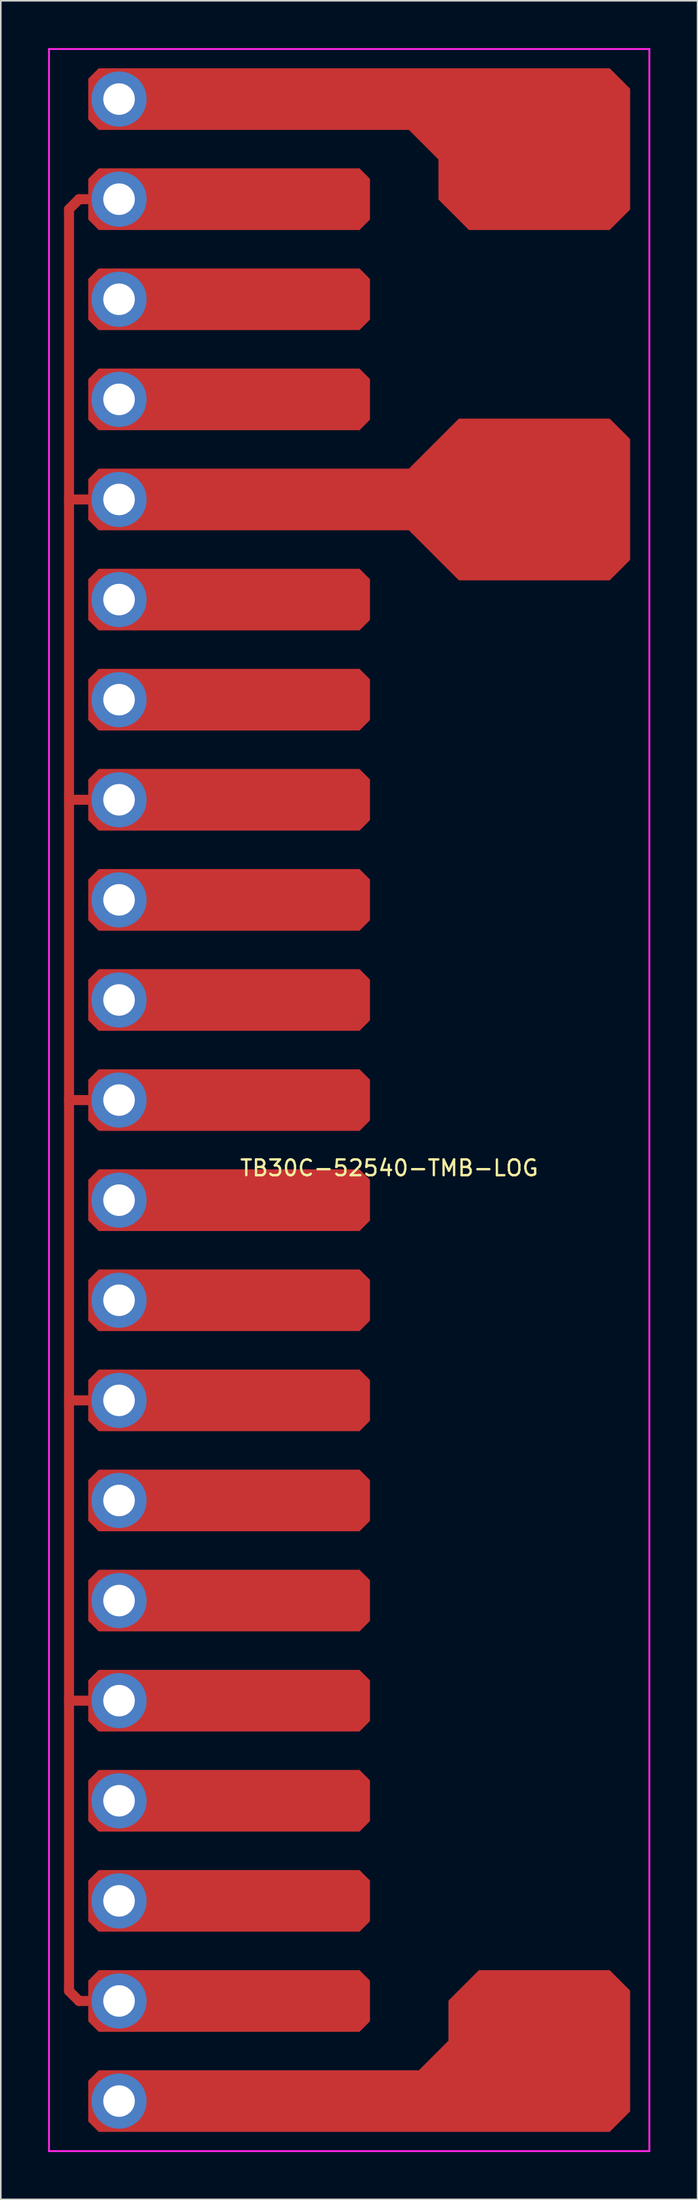
<source format=kicad_pcb>
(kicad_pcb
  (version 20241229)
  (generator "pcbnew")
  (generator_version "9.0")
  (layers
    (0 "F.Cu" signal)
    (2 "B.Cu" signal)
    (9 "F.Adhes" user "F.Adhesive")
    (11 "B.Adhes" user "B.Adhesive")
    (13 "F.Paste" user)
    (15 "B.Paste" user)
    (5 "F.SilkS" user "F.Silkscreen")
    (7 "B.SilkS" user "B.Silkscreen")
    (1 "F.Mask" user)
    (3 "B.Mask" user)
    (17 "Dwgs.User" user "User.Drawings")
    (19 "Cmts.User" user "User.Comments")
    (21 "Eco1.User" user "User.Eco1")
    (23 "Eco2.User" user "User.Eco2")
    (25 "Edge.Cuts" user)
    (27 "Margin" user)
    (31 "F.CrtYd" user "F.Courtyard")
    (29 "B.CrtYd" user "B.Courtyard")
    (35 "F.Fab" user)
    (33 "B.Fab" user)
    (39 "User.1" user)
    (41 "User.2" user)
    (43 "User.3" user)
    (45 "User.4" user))
  (footprint "TB30C-52540-TMB-LOG"
    (layer "F.Cu")
    (at 15.3 86.42)
    (property "Reference" "TB30C-52540-TMB-LOG" (at 6.35 -15.375 0) (layer "F.SilkS") (effects (font (size 1 1) (thickness 0.15))))
    (attr through_hole)
    (fp_line (start -13.97 -76.2) (end -13.97 36.83) (stroke (width 0.635) (type solid)) (layer "F.Cu"))
    (fp_line (start -13.97 -76.2) (end -13.335 -76.835) (stroke (width 0.635) (type solid)) (layer "F.Cu"))
    (fp_line (start -13.97 -57.785) (end -12.065 -57.785) (stroke (width 0.635) (type solid)) (layer "F.Cu"))
    (fp_line (start -13.97 -38.735) (end -12.065 -38.735) (stroke (width 0.635) (type solid)) (layer "F.Cu"))
    (fp_line (start -13.97 -19.685) (end -12.065 -19.685) (stroke (width 0.635) (type solid)) (layer "F.Cu"))
    (fp_line (start -13.97 -0.635) (end -12.065 -0.635) (stroke (width 0.635) (type solid)) (layer "F.Cu"))
    (fp_line (start -13.97 18.415) (end -12.065 18.415) (stroke (width 0.635) (type solid)) (layer "F.Cu"))
    (fp_line (start -13.97 36.83) (end -13.335 37.465) (stroke (width 0.635) (type solid)) (layer "F.Cu"))
    (fp_line (start -13.335 -76.835) (end -12.065 -76.835) (stroke (width 0.635) (type solid)) (layer "F.Cu"))
    (fp_line (start -13.335 37.465) (end -12.065 37.465) (stroke (width 0.635) (type solid)) (layer "F.Cu"))
    (fp_poly (pts (xy 5.08 -78.105) (xy 5.08 -75.565) (xy 4.445 -74.93) (xy -12.065 -74.93) (xy -12.7 -75.565) (xy -12.7 -78.105) (xy -12.065 -78.74) (xy 4.445 -78.74)) (stroke (width 0.1) (type solid)) (fill yes) (layer "F.Cu"))
    (fp_poly (pts (xy 5.08 -71.755) (xy 5.08 -69.215) (xy 4.445 -68.58) (xy -12.065 -68.58) (xy -12.7 -69.215) (xy -12.7 -71.755) (xy -12.065 -72.39) (xy 4.445 -72.39)) (stroke (width 0.1) (type solid)) (fill yes) (layer "F.Cu"))
    (fp_poly (pts (xy 5.08 -65.405) (xy 5.08 -62.865) (xy 4.445 -62.23) (xy -12.065 -62.23) (xy -12.7 -62.865) (xy -12.7 -65.405) (xy -12.065 -66.04) (xy 4.445 -66.04)) (stroke (width 0.1) (type solid)) (fill yes) (layer "F.Cu"))
    (fp_poly (pts (xy 5.08 -52.705) (xy 5.08 -50.165) (xy 4.445 -49.53) (xy -12.065 -49.53) (xy -12.7 -50.165) (xy -12.7 -52.705) (xy -12.065 -53.34) (xy 4.445 -53.34)) (stroke (width 0.1) (type solid)) (fill yes) (layer "F.Cu"))
    (fp_poly (pts (xy 5.08 -46.355) (xy 5.08 -43.815) (xy 4.445 -43.18) (xy -12.065 -43.18) (xy -12.7 -43.815) (xy -12.7 -46.355) (xy -12.065 -46.99) (xy 4.445 -46.99)) (stroke (width 0.1) (type solid)) (fill yes) (layer "F.Cu"))
    (fp_poly (pts (xy 5.08 -40.005) (xy 5.08 -37.465) (xy 4.445 -36.83) (xy -12.065 -36.83) (xy -12.7 -37.465) (xy -12.7 -40.005) (xy -12.065 -40.64) (xy 4.445 -40.64)) (stroke (width 0.1) (type solid)) (fill yes) (layer "F.Cu"))
    (fp_poly (pts (xy 5.08 -33.655) (xy 5.08 -31.115) (xy 4.445 -30.48) (xy -12.065 -30.48) (xy -12.7 -31.115) (xy -12.7 -33.655) (xy -12.065 -34.29) (xy 4.445 -34.29)) (stroke (width 0.1) (type solid)) (fill yes) (layer "F.Cu"))
    (fp_poly (pts (xy 5.08 -27.305) (xy 5.08 -24.765) (xy 4.445 -24.13) (xy -12.065 -24.13) (xy -12.7 -24.765) (xy -12.7 -27.305) (xy -12.065 -27.94) (xy 4.445 -27.94)) (stroke (width 0.1) (type solid)) (fill yes) (layer "F.Cu"))
    (fp_poly (pts (xy 5.08 -20.955) (xy 5.08 -18.415) (xy 4.445 -17.78) (xy -12.065 -17.78) (xy -12.7 -18.415) (xy -12.7 -20.955) (xy -12.065 -21.59) (xy 4.445 -21.59)) (stroke (width 0.1) (type solid)) (fill yes) (layer "F.Cu"))
    (fp_poly (pts (xy 5.08 -14.605) (xy 5.08 -12.065) (xy 4.445 -11.43) (xy -12.065 -11.43) (xy -12.7 -12.065) (xy -12.7 -14.605) (xy -12.065 -15.24) (xy 4.445 -15.24)) (stroke (width 0.1) (type solid)) (fill yes) (layer "F.Cu"))
    (fp_poly (pts (xy 5.08 -8.255) (xy 5.08 -5.715) (xy 4.445 -5.08) (xy -12.065 -5.08) (xy -12.7 -5.715) (xy -12.7 -8.255) (xy -12.065 -8.89) (xy 4.445 -8.89)) (stroke (width 0.1) (type solid)) (fill yes) (layer "F.Cu"))
    (fp_poly (pts (xy 5.08 -1.905) (xy 5.08 0.635) (xy 4.445 1.27) (xy -12.065 1.27) (xy -12.7 0.635) (xy -12.7 -1.905) (xy -12.065 -2.54) (xy 4.445 -2.54)) (stroke (width 0.1) (type solid)) (fill yes) (layer "F.Cu"))
    (fp_poly (pts (xy 5.08 4.445) (xy 5.08 6.985) (xy 4.445 7.62) (xy -12.065 7.62) (xy -12.7 6.985) (xy -12.7 4.445) (xy -12.065 3.81) (xy 4.445 3.81)) (stroke (width 0.1) (type solid)) (fill yes) (layer "F.Cu"))
    (fp_poly (pts (xy 5.08 10.795) (xy 5.08 13.335) (xy 4.445 13.97) (xy -12.065 13.97) (xy -12.7 13.335) (xy -12.7 10.795) (xy -12.065 10.16) (xy 4.445 10.16)) (stroke (width 0.1) (type solid)) (fill yes) (layer "F.Cu"))
    (fp_poly (pts (xy 5.08 17.145) (xy 5.08 19.685) (xy 4.445 20.32) (xy -12.065 20.32) (xy -12.7 19.685) (xy -12.7 17.145) (xy -12.065 16.51) (xy 4.445 16.51)) (stroke (width 0.1) (type solid)) (fill yes) (layer "F.Cu"))
    (fp_poly (pts (xy 5.08 23.495) (xy 5.08 26.035) (xy 4.445 26.67) (xy -12.065 26.67) (xy -12.7 26.035) (xy -12.7 23.495) (xy -12.065 22.86) (xy 4.445 22.86)) (stroke (width 0.1) (type solid)) (fill yes) (layer "F.Cu"))
    (fp_poly (pts (xy 5.08 29.845) (xy 5.08 32.385) (xy 4.445 33.02) (xy -12.065 33.02) (xy -12.7 32.385) (xy -12.7 29.845) (xy -12.065 29.21) (xy 4.445 29.21)) (stroke (width 0.1) (type solid)) (fill yes) (layer "F.Cu"))
    (fp_poly (pts (xy 5.08 36.195) (xy 5.08 38.735) (xy 4.445 39.37) (xy -12.065 39.37) (xy -12.7 38.735) (xy -12.7 36.195) (xy -12.065 35.56) (xy 4.445 35.56)) (stroke (width 0.1) (type solid)) (fill yes) (layer "F.Cu"))
    (fp_poly (pts (xy 21.59 -83.82) (xy 21.59 -76.2) (xy 20.32 -74.93) (xy 11.43 -74.93) (xy 9.525 -76.835) (xy 9.525 -79.375) (xy 7.62 -81.28) (xy -12.065 -81.28) (xy -12.7 -81.915) (xy -12.7 -84.455) (xy -12.065 -85.09) (xy 20.32 -85.09)) (stroke (width 0.1) (type solid)) (fill yes) (layer "F.Cu"))
    (fp_poly (pts (xy 21.59 -61.595) (xy 21.59 -53.975) (xy 20.32 -52.705) (xy 10.795 -52.705) (xy 7.62 -55.88) (xy -12.065 -55.88) (xy -12.7 -56.515) (xy -12.7 -59.055) (xy -12.065 -59.69) (xy 7.62 -59.69) (xy 10.795 -62.865) (xy 20.32 -62.865)) (stroke (width 0.1) (type solid)) (fill yes) (layer "F.Cu"))
    (fp_poly (pts (xy 21.59 36.83) (xy 21.59 44.45) (xy 20.32 45.72) (xy -12.065 45.72) (xy -12.7 45.085) (xy -12.7 42.545) (xy -12.065 41.91) (xy 8.255 41.91) (xy 10.16 40.005) (xy 10.16 37.465) (xy 12.065 35.56) (xy 20.32 35.56)) (stroke (width 0.1) (type solid)) (fill yes) (layer "F.Cu"))
    (fp_poly (pts (xy 4.889 -78.041) (xy 4.889 -75.629) (xy 4.381 -75.121) (xy -12.002 -75.121) (xy -12.509 -75.629) (xy -12.509 -78.041) (xy -12.002 -78.549) (xy 4.381 -78.549)) (stroke (width 0.1) (type solid)) (fill yes) (layer "F.Mask"))
    (fp_poly (pts (xy 4.889 -71.692) (xy 4.889 -69.278) (xy 4.381 -68.77) (xy -12.002 -68.77) (xy -12.509 -69.278) (xy -12.509 -71.692) (xy -12.002 -72.2) (xy 4.381 -72.2)) (stroke (width 0.1) (type solid)) (fill yes) (layer "F.Mask"))
    (fp_poly (pts (xy 4.889 -65.341) (xy 4.889 -62.928) (xy 4.381 -62.42) (xy -12.002 -62.42) (xy -12.509 -62.928) (xy -12.509 -65.341) (xy -12.002 -65.85) (xy 4.381 -65.85)) (stroke (width 0.1) (type solid)) (fill yes) (layer "F.Mask"))
    (fp_poly (pts (xy 4.889 -52.642) (xy 4.889 -50.228) (xy 4.381 -49.721) (xy -12.002 -49.721) (xy -12.509 -50.228) (xy -12.509 -52.642) (xy -12.002 -53.15) (xy 4.381 -53.15)) (stroke (width 0.1) (type solid)) (fill yes) (layer "F.Mask"))
    (fp_poly (pts (xy 4.889 -46.291) (xy 4.889 -43.879) (xy 4.381 -43.37) (xy -12.002 -43.37) (xy -12.509 -43.879) (xy -12.509 -46.291) (xy -12.002 -46.8) (xy 4.381 -46.8)) (stroke (width 0.1) (type solid)) (fill yes) (layer "F.Mask"))
    (fp_poly (pts (xy 4.889 -39.941) (xy 4.889 -37.529) (xy 4.381 -37.02) (xy -12.002 -37.02) (xy -12.509 -37.529) (xy -12.509 -39.941) (xy -12.002 -40.45) (xy 4.381 -40.45)) (stroke (width 0.1) (type solid)) (fill yes) (layer "F.Mask"))
    (fp_poly (pts (xy 4.889 -33.592) (xy 4.889 -31.178) (xy 4.381 -30.671) (xy -12.002 -30.671) (xy -12.509 -31.178) (xy -12.509 -33.592) (xy -12.002 -34.099) (xy 4.381 -34.099)) (stroke (width 0.1) (type solid)) (fill yes) (layer "F.Mask"))
    (fp_poly (pts (xy 4.889 -27.241) (xy 4.889 -24.828) (xy 4.381 -24.32) (xy -12.002 -24.32) (xy -12.509 -24.828) (xy -12.509 -27.241) (xy -12.002 -27.75) (xy 4.381 -27.75)) (stroke (width 0.1) (type solid)) (fill yes) (layer "F.Mask"))
    (fp_poly (pts (xy 4.889 -20.892) (xy 4.889 -18.479) (xy 4.381 -17.971) (xy -12.002 -17.971) (xy -12.509 -18.479) (xy -12.509 -20.892) (xy -12.002 -21.399) (xy 4.381 -21.399)) (stroke (width 0.1) (type solid)) (fill yes) (layer "F.Mask"))
    (fp_poly (pts (xy 4.889 -14.541) (xy 4.889 -12.129) (xy 4.381 -11.62) (xy -12.002 -11.62) (xy -12.509 -12.129) (xy -12.509 -14.541) (xy -12.002 -15.05) (xy 4.381 -15.05)) (stroke (width 0.1) (type solid)) (fill yes) (layer "F.Mask"))
    (fp_poly (pts (xy 4.889 -8.191) (xy 4.889 -5.779) (xy 4.381 -5.271) (xy -12.002 -5.271) (xy -12.509 -5.779) (xy -12.509 -8.191) (xy -12.002 -8.7) (xy 4.381 -8.7)) (stroke (width 0.1) (type solid)) (fill yes) (layer "F.Mask"))
    (fp_poly (pts (xy 4.889 -1.841) (xy 4.889 0.572) (xy 4.381 1.079) (xy -12.002 1.079) (xy -12.509 0.572) (xy -12.509 -1.841) (xy -12.002 -2.349) (xy 4.381 -2.349)) (stroke (width 0.1) (type solid)) (fill yes) (layer "F.Mask"))
    (fp_poly (pts (xy 4.889 4.508) (xy 4.889 6.921) (xy 4.381 7.429) (xy -12.002 7.429) (xy -12.509 6.921) (xy -12.509 4.508) (xy -12.002 4) (xy 4.381 4)) (stroke (width 0.1) (type solid)) (fill yes) (layer "F.Mask"))
    (fp_poly (pts (xy 4.889 10.858) (xy 4.889 13.271) (xy 4.381 13.78) (xy -12.002 13.78) (xy -12.509 13.271) (xy -12.509 10.858) (xy -12.002 10.351) (xy 4.381 10.351)) (stroke (width 0.1) (type solid)) (fill yes) (layer "F.Mask"))
    (fp_poly (pts (xy 4.889 17.209) (xy 4.889 19.622) (xy 4.381 20.13) (xy -12.002 20.13) (xy -12.509 19.622) (xy -12.509 17.209) (xy -12.002 16.701) (xy 4.381 16.701)) (stroke (width 0.1) (type solid)) (fill yes) (layer "F.Mask"))
    (fp_poly (pts (xy 4.889 23.558) (xy 4.889 25.971) (xy 4.381 26.48) (xy -12.002 26.48) (xy -12.509 25.971) (xy -12.509 23.558) (xy -12.002 23.05) (xy 4.381 23.05)) (stroke (width 0.1) (type solid)) (fill yes) (layer "F.Mask"))
    (fp_poly (pts (xy 4.889 29.909) (xy 4.889 32.322) (xy 4.381 32.83) (xy -12.002 32.83) (xy -12.509 32.322) (xy -12.509 29.909) (xy -12.002 29.401) (xy 4.381 29.401)) (stroke (width 0.1) (type solid)) (fill yes) (layer "F.Mask"))
    (fp_poly (pts (xy 4.889 36.258) (xy 4.889 38.672) (xy 4.381 39.179) (xy -12.002 39.179) (xy -12.509 38.672) (xy -12.509 36.258) (xy -12.002 35.751) (xy 4.381 35.751)) (stroke (width 0.1) (type solid)) (fill yes) (layer "F.Mask"))
    (fp_poly (pts (xy 21.399 -83.757) (xy 21.399 -76.263) (xy 20.256 -75.121) (xy 11.493 -75.121) (xy 9.716 -76.898) (xy 9.716 -79.439) (xy 7.684 -81.471) (xy -12.002 -81.471) (xy -12.509 -81.978) (xy -12.509 -84.391) (xy -12.002 -84.9) (xy 20.256 -84.9)) (stroke (width 0.1) (type solid)) (fill yes) (layer "F.Mask"))
    (fp_poly (pts (xy 21.399 -61.532) (xy 21.399 -54.038) (xy 20.256 -52.895) (xy 10.858 -52.895) (xy 7.684 -56.071) (xy -12.002 -56.071) (xy -12.509 -56.578) (xy -12.509 -58.992) (xy -12.002 -59.499) (xy 7.684 -59.499) (xy 10.858 -62.675) (xy 20.256 -62.675)) (stroke (width 0.1) (type solid)) (fill yes) (layer "F.Mask"))
    (fp_poly (pts (xy 21.399 36.894) (xy 21.399 44.386) (xy 20.256 45.529) (xy -12.002 45.529) (xy -12.509 45.022) (xy -12.509 42.608) (xy -12.002 42.1) (xy 8.319 42.1) (xy 10.351 40.069) (xy 10.351 37.529) (xy 12.129 35.751) (xy 20.256 35.751)) (stroke (width 0.1) (type solid)) (fill yes) (layer "F.Mask"))
    (fp_line (start -15.24 -86.36) (end -15.24 46.99) (stroke (width 0.12) (type solid)) (layer "F.CrtYd"))
    (fp_line (start -15.24 46.99) (end 22.86 46.99) (stroke (width 0.12) (type solid)) (layer "F.CrtYd"))
    (fp_line (start 22.86 -86.36) (end -15.24 -86.36) (stroke (width 0.12) (type solid)) (layer "F.CrtYd"))
    (fp_line (start 22.86 46.99) (end 22.86 -86.36) (stroke (width 0.12) (type solid)) (layer "F.CrtYd"))
    (pad "1" thru_hole circle (at -10.795 -70.485) (size 3.5 3.5) (drill 2) (layers "*.Cu" "B.Mask"))
    (pad "1" thru_hole circle (at -10.795 -51.435) (size 3.5 3.5) (drill 2) (layers "*.Cu" "B.Mask"))
    (pad "1" thru_hole circle (at -10.795 -32.385) (size 3.5 3.5) (drill 2) (layers "*.Cu" "B.Mask"))
    (pad "1" thru_hole circle (at -10.795 -13.335) (size 3.5 3.5) (drill 2) (layers "*.Cu" "B.Mask"))
    (pad "1" thru_hole circle (at -10.795 5.715) (size 3.5 3.5) (drill 2) (layers "*.Cu" "B.Mask"))
    (pad "1" thru_hole circle (at -10.795 24.765) (size 3.5 3.5) (drill 2) (layers "*.Cu" "B.Mask"))
    (pad "1" thru_hole circle (at -10.795 43.815) (size 3.5 3.5) (drill 2) (layers "*.Cu" "B.Mask"))
    (pad "2" thru_hole circle (at -10.795 -76.835) (size 3.5 3.5) (drill 2) (layers "*.Cu" "B.Mask"))
    (pad "2" thru_hole circle (at -10.795 -57.785) (size 3.5 3.5) (drill 2) (layers "*.Cu" "B.Mask"))
    (pad "2" thru_hole circle (at -10.795 -38.735) (size 3.5 3.5) (drill 2) (layers "*.Cu" "B.Mask"))
    (pad "2" thru_hole circle (at -10.795 -19.685) (size 3.5 3.5) (drill 2) (layers "*.Cu" "B.Mask"))
    (pad "2" thru_hole circle (at -10.795 -0.635) (size 3.5 3.5) (drill 2) (layers "*.Cu" "B.Mask"))
    (pad "2" thru_hole circle (at -10.795 18.415) (size 3.5 3.5) (drill 2) (layers "*.Cu" "B.Mask"))
    (pad "2" thru_hole circle (at -10.795 37.465) (size 3.5 3.5) (drill 2) (layers "*.Cu" "B.Mask"))
    (pad "3" thru_hole circle (at -10.795 -83.185) (size 3.5 3.5) (drill 2) (layers "*.Cu" "B.Mask"))
    (pad "3" thru_hole circle (at -10.795 -64.135) (size 3.5 3.5) (drill 2) (layers "*.Cu" "B.Mask"))
    (pad "3" thru_hole circle (at -10.795 -45.085) (size 3.5 3.5) (drill 2) (layers "*.Cu" "B.Mask"))
    (pad "3" thru_hole circle (at -10.795 -26.035) (size 3.5 3.5) (drill 2) (layers "*.Cu" "B.Mask"))
    (pad "3" thru_hole circle (at -10.795 -6.985) (size 3.5 3.5) (drill 2) (layers "*.Cu" "B.Mask"))
    (pad "3" thru_hole circle (at -10.795 12.065) (size 3.5 3.5) (drill 2) (layers "*.Cu" "B.Mask"))
    (pad "3" thru_hole circle (at -10.795 31.115) (size 3.5 3.5) (drill 2) (layers "*.Cu" "B.Mask")))
  (gr_rect
    (start -3 -3)
    (end 41.22 136.47)
    (stroke (width 0.1) (type default))
    (fill no)
    (layer "Edge.Cuts")))
</source>
